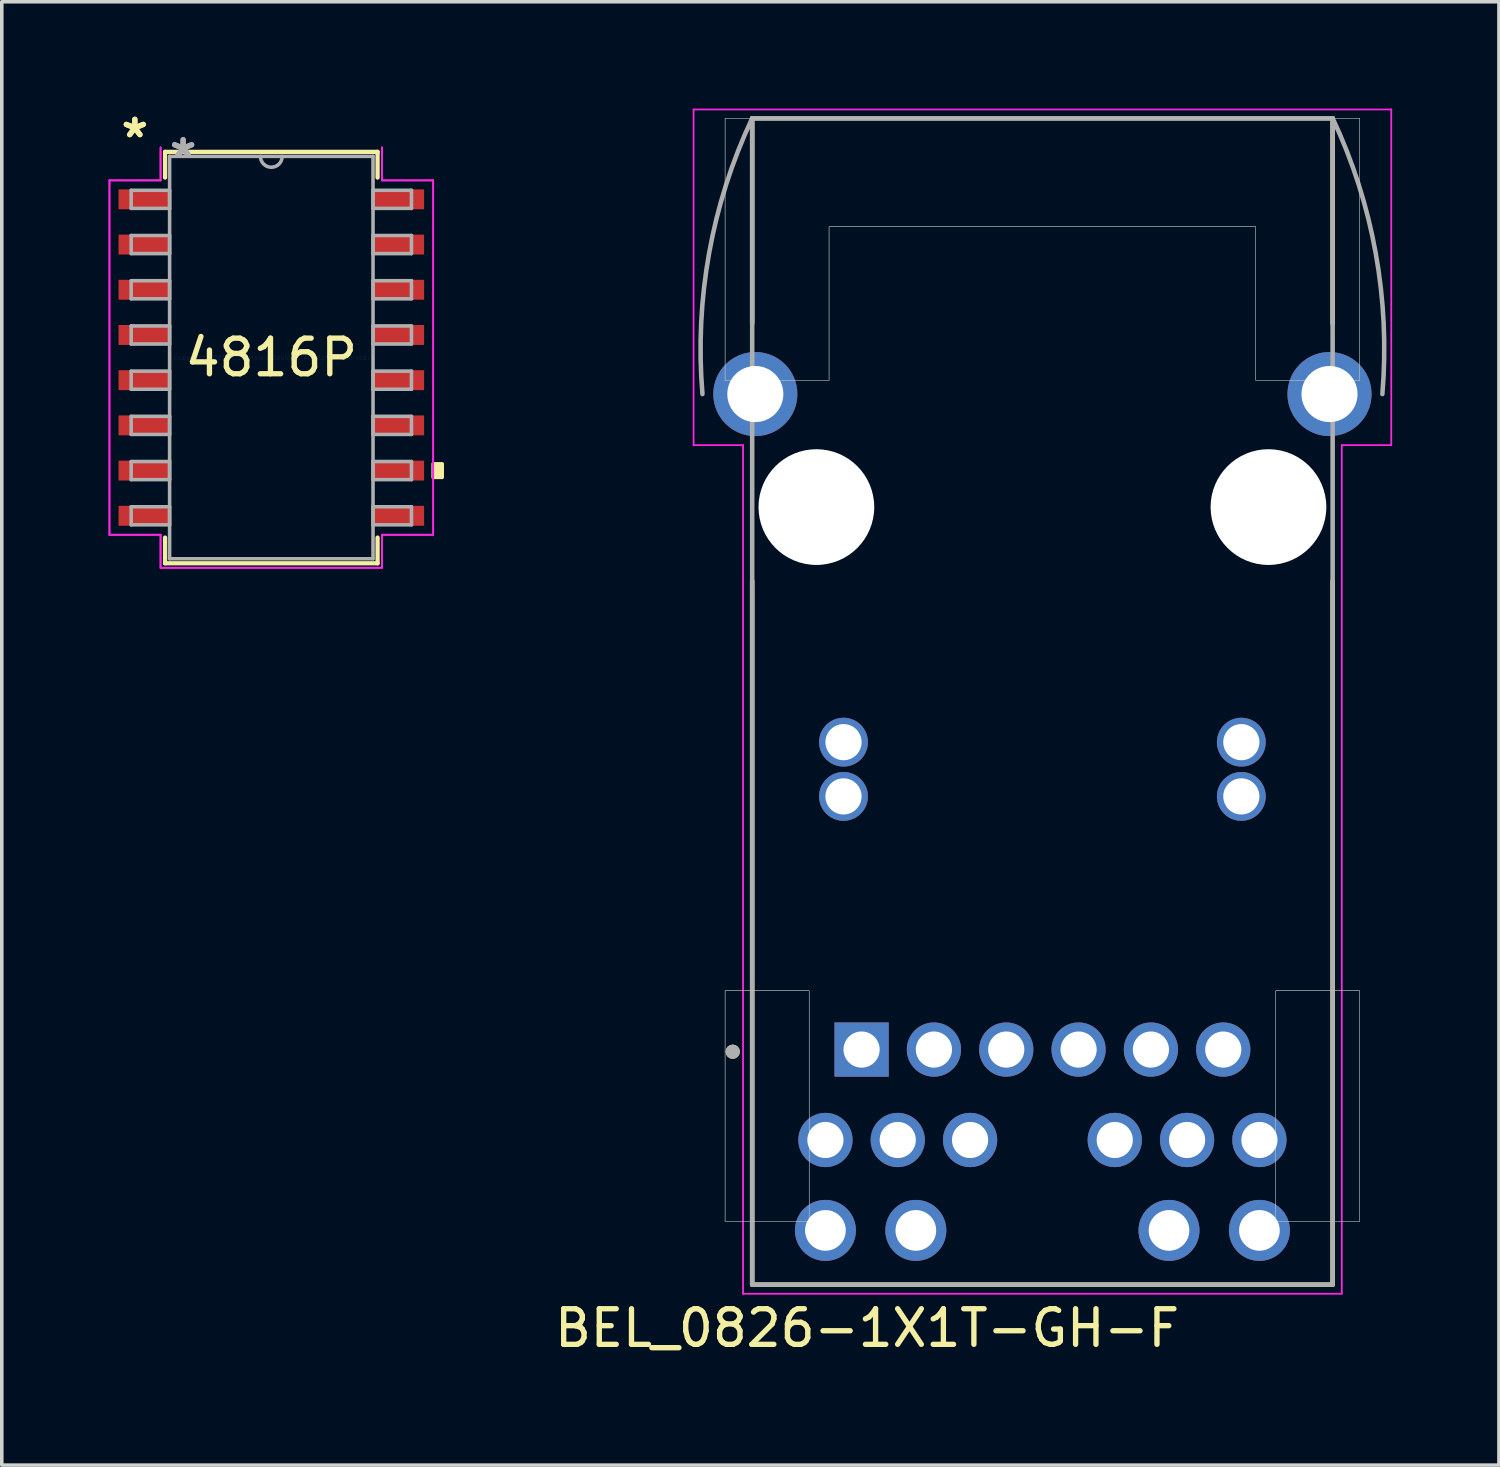
<source format=kicad_pcb>
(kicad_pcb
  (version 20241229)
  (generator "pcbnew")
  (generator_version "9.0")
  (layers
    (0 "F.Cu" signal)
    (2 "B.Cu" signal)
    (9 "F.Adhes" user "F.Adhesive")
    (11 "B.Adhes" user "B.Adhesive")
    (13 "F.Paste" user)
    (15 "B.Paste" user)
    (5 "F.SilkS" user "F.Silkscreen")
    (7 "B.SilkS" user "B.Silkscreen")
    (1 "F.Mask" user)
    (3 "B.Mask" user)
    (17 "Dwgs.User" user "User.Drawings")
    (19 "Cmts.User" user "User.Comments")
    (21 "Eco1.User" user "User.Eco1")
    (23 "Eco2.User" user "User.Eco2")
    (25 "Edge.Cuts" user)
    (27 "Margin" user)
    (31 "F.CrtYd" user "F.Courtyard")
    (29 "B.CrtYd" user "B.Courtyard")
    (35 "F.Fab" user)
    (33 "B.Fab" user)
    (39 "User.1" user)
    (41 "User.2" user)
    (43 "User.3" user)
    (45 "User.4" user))
  (footprint "BEL_0826-1X1T-GH-F"
    (layer "F.Cu")
    (at 26.234 11.195)
    (property "Reference" "BEL_0826-1X1T-GH-F" (at -4.925 23.065 0) (layer "F.SilkS") (effects (font (size 1 1) (thickness 0.15))))
    (attr through_hole)
    (fp_line (start -8.153 -5.156) (end -8.153 -10.922) (stroke (width 0.127) (type solid)) (layer "F.SilkS"))
    (fp_line (start -8.153 21.844) (end -8.153 2.078) (stroke (width 0.127) (type solid)) (layer "F.SilkS"))
    (fp_line (start -8.153 21.844) (end 8.153 21.844) (stroke (width 0.127) (type solid)) (layer "F.SilkS"))
    (fp_line (start 8.153 -10.922) (end -8.153 -10.922) (stroke (width 0.127) (type solid)) (layer "F.SilkS"))
    (fp_line (start 8.153 -5.156) (end 8.153 -10.922) (stroke (width 0.127) (type solid)) (layer "F.SilkS"))
    (fp_line (start 8.153 21.844) (end 8.153 2.078) (stroke (width 0.127) (type solid)) (layer "F.SilkS"))
    (fp_circle (center -8.7 15.3) (end -8.6 15.3) (stroke (width 0.2) (type solid)) (fill no) (layer "F.SilkS"))
    (fp_poly (pts (xy -8.915 13.589) (xy -6.553 13.589) (xy -6.553 20.066) (xy -8.915 20.066)) (stroke (width 0.01) (type solid)) (fill no) (layer "Dwgs.User"))
    (fp_poly (pts (xy -8.915 13.589) (xy -6.553 13.589) (xy -6.553 20.066) (xy -8.915 20.066)) (stroke (width 0.01) (type solid)) (fill no) (layer "Dwgs.User"))
    (fp_poly (pts (xy 6.553 13.589) (xy 8.915 13.589) (xy 8.915 20.066) (xy 6.553 20.066)) (stroke (width 0.01) (type solid)) (fill no) (layer "Dwgs.User"))
    (fp_poly (pts (xy 6.553 13.589) (xy 8.915 13.589) (xy 8.915 20.066) (xy 6.553 20.066)) (stroke (width 0.01) (type solid)) (fill no) (layer "Dwgs.User"))
    (fp_poly (pts (xy -8.915 -3.556) (xy -5.994 -3.556) (xy -5.994 -7.874) (xy 5.994 -7.874) (xy 5.994 -3.556) (xy 8.915 -3.556) (xy 8.915 -10.922) (xy -8.915 -10.922)) (stroke (width 0.01) (type solid)) (fill no) (layer "Dwgs.User"))
    (fp_poly (pts (xy -8.915 -3.556) (xy -5.994 -3.556) (xy -5.994 -7.874) (xy 5.994 -7.874) (xy 5.994 -3.556) (xy 8.915 -3.556) (xy 8.915 -10.922) (xy -8.915 -10.922)) (stroke (width 0.01) (type solid)) (fill no) (layer "Dwgs.User"))
    (fp_line (start -9.8 -11.17) (end 9.8 -11.17) (stroke (width 0.05) (type solid)) (layer "F.CrtYd"))
    (fp_line (start -9.8 -1.74) (end -9.8 -11.17) (stroke (width 0.05) (type solid)) (layer "F.CrtYd"))
    (fp_line (start -8.41 -1.74) (end -9.8 -1.74) (stroke (width 0.05) (type solid)) (layer "F.CrtYd"))
    (fp_line (start -8.41 22.1) (end -8.41 -1.74) (stroke (width 0.05) (type solid)) (layer "F.CrtYd"))
    (fp_line (start 8.41 -1.74) (end 8.41 22.1) (stroke (width 0.05) (type solid)) (layer "F.CrtYd"))
    (fp_line (start 8.41 22.1) (end -8.41 22.1) (stroke (width 0.05) (type solid)) (layer "F.CrtYd"))
    (fp_line (start 9.8 -11.17) (end 9.8 -1.74) (stroke (width 0.05) (type solid)) (layer "F.CrtYd"))
    (fp_line (start 9.8 -1.74) (end 8.41 -1.74) (stroke (width 0.05) (type solid)) (layer "F.CrtYd"))
    (fp_line (start -8.153 -10.922) (end -8.153 21.844) (stroke (width 0.127) (type solid)) (layer "F.Fab"))
    (fp_line (start -8.153 21.844) (end 8.153 21.844) (stroke (width 0.127) (type solid)) (layer "F.Fab"))
    (fp_line (start 8.153 -10.922) (end -8.153 -10.922) (stroke (width 0.127) (type solid)) (layer "F.Fab"))
    (fp_line (start 8.153 21.844) (end 8.153 -10.922) (stroke (width 0.127) (type solid)) (layer "F.Fab"))
    (fp_arc (start -9.5504 -3.175) (mid -9.361856 -7.140459) (end -8.1534 -10.922) (stroke (width 0.127) (type solid)) (layer "F.Fab"))
    (fp_arc (start 8.1534 -10.922) (mid 9.361856 -7.140459) (end 9.5504 -3.175) (stroke (width 0.127) (type solid)) (layer "F.Fab"))
    (fp_circle (center -8.7 15.3) (end -8.6 15.3) (stroke (width 0.2) (type solid)) (fill no) (layer "F.Fab"))
    (pad "" np_thru_hole circle (at -6.35 0) (size 3.251 3.251) (drill 3.251) (layers "*.Cu" "*.Mask"))
    (pad "" np_thru_hole circle (at 6.35 0) (size 3.251 3.251) (drill 3.251) (layers "*.Cu" "*.Mask"))
    (pad "1" thru_hole rect (at -5.08 15.24) (size 1.524 1.524) (drill 1.016) (layers "*.Cu" "*.Mask"))
    (pad "2" thru_hole circle (at -3.048 15.24) (size 1.524 1.524) (drill 1.016) (layers "*.Cu" "*.Mask"))
    (pad "3" thru_hole circle (at -1.016 15.24) (size 1.524 1.524) (drill 1.016) (layers "*.Cu" "*.Mask"))
    (pad "4" thru_hole circle (at 1.016 15.24) (size 1.524 1.524) (drill 1.016) (layers "*.Cu" "*.Mask"))
    (pad "5" thru_hole circle (at 3.048 15.24) (size 1.524 1.524) (drill 1.016) (layers "*.Cu" "*.Mask"))
    (pad "6" thru_hole circle (at 5.08 15.24) (size 1.524 1.524) (drill 1.016) (layers "*.Cu" "*.Mask"))
    (pad "7" thru_hole circle (at -6.096 17.78) (size 1.524 1.524) (drill 1.016) (layers "*.Cu" "*.Mask"))
    (pad "8" thru_hole circle (at -4.064 17.78) (size 1.524 1.524) (drill 1.016) (layers "*.Cu" "*.Mask"))
    (pad "9" thru_hole circle (at -2.032 17.78) (size 1.524 1.524) (drill 1.016) (layers "*.Cu" "*.Mask"))
    (pad "10" thru_hole circle (at 2.032 17.78) (size 1.524 1.524) (drill 1.016) (layers "*.Cu" "*.Mask"))
    (pad "11" thru_hole circle (at 4.064 17.78) (size 1.524 1.524) (drill 1.016) (layers "*.Cu" "*.Mask"))
    (pad "12" thru_hole circle (at 6.096 17.78) (size 1.524 1.524) (drill 1.016) (layers "*.Cu" "*.Mask"))
    (pad "13" thru_hole circle (at -5.588 8.128) (size 1.372 1.372) (drill 1.016) (layers "*.Cu" "*.Mask"))
    (pad "14" thru_hole circle (at 5.588 8.128) (size 1.372 1.372) (drill 1.016) (layers "*.Cu" "*.Mask"))
    (pad "15" thru_hole circle (at -5.588 6.604) (size 1.372 1.372) (drill 1.016) (layers "*.Cu" "*.Mask"))
    (pad "16" thru_hole circle (at 5.588 6.604) (size 1.372 1.372) (drill 1.016) (layers "*.Cu" "*.Mask"))
    (pad "17" thru_hole circle (at -6.096 20.32) (size 1.714 1.714) (drill 1.143) (layers "*.Cu" "*.Mask"))
    (pad "18" thru_hole circle (at -3.556 20.32) (size 1.714 1.714) (drill 1.143) (layers "*.Cu" "*.Mask"))
    (pad "19" thru_hole circle (at 3.556 20.32) (size 1.714 1.714) (drill 1.143) (layers "*.Cu" "*.Mask"))
    (pad "20" thru_hole circle (at 6.096 20.32) (size 1.714 1.714) (drill 1.143) (layers "*.Cu" "*.Mask"))
    (pad "S1" thru_hole circle (at -8.065 -3.175) (size 2.362 2.362) (drill 1.575) (layers "*.Cu" "*.Mask"))
    (pad "S2" thru_hole circle (at 8.065 -3.175) (size 2.362 2.362) (drill 1.575) (layers "*.Cu" "*.Mask")))
  (footprint "4816P"
    (layer "F.Cu")
    (at 4.572 6.995)
    (property "Reference" "4816P" (at 0 0 0) (layer "F.SilkS") (effects (font (size 1 1) (thickness 0.15))))
    (attr through_hole)
    (fp_line (start -2.985 -5.779) (end -2.985 -5.057) (stroke (width 0.12) (type solid)) (layer "F.SilkS"))
    (fp_line (start -2.985 5.057) (end -2.985 5.779) (stroke (width 0.12) (type solid)) (layer "F.SilkS"))
    (fp_line (start -2.985 5.779) (end 2.985 5.779) (stroke (width 0.12) (type solid)) (layer "F.SilkS"))
    (fp_line (start 2.985 -5.779) (end -2.985 -5.779) (stroke (width 0.12) (type solid)) (layer "F.SilkS"))
    (fp_line (start 2.985 -5.057) (end 2.985 -5.779) (stroke (width 0.12) (type solid)) (layer "F.SilkS"))
    (fp_line (start 2.985 5.779) (end 2.985 5.057) (stroke (width 0.12) (type solid)) (layer "F.SilkS"))
    (fp_poly (pts (xy 4.801 2.985) (xy 4.801 3.365) (xy 4.547 3.365) (xy 4.547 2.985)) (stroke (width 0.1) (type solid)) (fill yes) (layer "F.SilkS"))
    (fp_line (start -4.547 -4.978) (end -3.111 -4.978) (stroke (width 0.05) (type solid)) (layer "F.CrtYd"))
    (fp_line (start -4.547 -4.978) (end -3.111 -4.978) (stroke (width 0.05) (type solid)) (layer "F.CrtYd"))
    (fp_line (start -4.547 4.978) (end -4.547 -4.978) (stroke (width 0.05) (type solid)) (layer "F.CrtYd"))
    (fp_line (start -4.547 4.978) (end -4.547 -4.978) (stroke (width 0.05) (type solid)) (layer "F.CrtYd"))
    (fp_line (start -4.547 4.978) (end -3.111 4.978) (stroke (width 0.05) (type solid)) (layer "F.CrtYd"))
    (fp_line (start -3.111 -4.978) (end -3.111 -5.905) (stroke (width 0.05) (type solid)) (layer "F.CrtYd"))
    (fp_line (start -3.111 -4.978) (end -3.111 -5.905) (stroke (width 0.05) (type solid)) (layer "F.CrtYd"))
    (fp_line (start -3.111 4.978) (end -4.547 4.978) (stroke (width 0.05) (type solid)) (layer "F.CrtYd"))
    (fp_line (start -3.111 5.905) (end -3.111 4.978) (stroke (width 0.05) (type solid)) (layer "F.CrtYd"))
    (fp_line (start -3.111 5.905) (end -3.111 4.978) (stroke (width 0.05) (type solid)) (layer "F.CrtYd"))
    (fp_line (start 3.111 -5.905) (end 3.111 -4.978) (stroke (width 0.05) (type solid)) (layer "F.CrtYd"))
    (fp_line (start 3.111 -5.905) (end 3.111 -4.978) (stroke (width 0.05) (type solid)) (layer "F.CrtYd"))
    (fp_line (start 3.111 -4.978) (end 4.547 -4.978) (stroke (width 0.05) (type solid)) (layer "F.CrtYd"))
    (fp_line (start 3.111 4.978) (end 3.111 5.905) (stroke (width 0.05) (type solid)) (layer "F.CrtYd"))
    (fp_line (start 3.111 4.978) (end 3.111 5.905) (stroke (width 0.05) (type solid)) (layer "F.CrtYd"))
    (fp_line (start 3.111 5.905) (end -3.111 5.905) (stroke (width 0.05) (type solid)) (layer "F.CrtYd"))
    (fp_line (start 3.111 5.905) (end -3.111 5.905) (stroke (width 0.05) (type solid)) (layer "F.CrtYd"))
    (fp_line (start 4.547 -4.978) (end 3.111 -4.978) (stroke (width 0.05) (type solid)) (layer "F.CrtYd"))
    (fp_line (start 4.547 -4.978) (end 4.547 4.978) (stroke (width 0.05) (type solid)) (layer "F.CrtYd"))
    (fp_line (start 4.547 -4.978) (end 4.547 4.978) (stroke (width 0.05) (type solid)) (layer "F.CrtYd"))
    (fp_line (start 4.547 4.978) (end 3.111 4.978) (stroke (width 0.05) (type solid)) (layer "F.CrtYd"))
    (fp_line (start 4.547 4.978) (end 3.111 4.978) (stroke (width 0.05) (type solid)) (layer "F.CrtYd"))
    (fp_line (start -3.937 -4.699) (end -3.937 -4.191) (stroke (width 0.1) (type solid)) (layer "F.Fab"))
    (fp_line (start -3.937 -4.191) (end -2.857 -4.191) (stroke (width 0.1) (type solid)) (layer "F.Fab"))
    (fp_line (start -3.937 -3.429) (end -3.937 -2.921) (stroke (width 0.1) (type solid)) (layer "F.Fab"))
    (fp_line (start -3.937 -2.921) (end -2.857 -2.921) (stroke (width 0.1) (type solid)) (layer "F.Fab"))
    (fp_line (start -3.937 -2.159) (end -3.937 -1.651) (stroke (width 0.1) (type solid)) (layer "F.Fab"))
    (fp_line (start -3.937 -1.651) (end -2.857 -1.651) (stroke (width 0.1) (type solid)) (layer "F.Fab"))
    (fp_line (start -3.937 -0.889) (end -3.937 -0.381) (stroke (width 0.1) (type solid)) (layer "F.Fab"))
    (fp_line (start -3.937 -0.381) (end -2.857 -0.381) (stroke (width 0.1) (type solid)) (layer "F.Fab"))
    (fp_line (start -3.937 0.381) (end -3.937 0.889) (stroke (width 0.1) (type solid)) (layer "F.Fab"))
    (fp_line (start -3.937 0.889) (end -2.857 0.889) (stroke (width 0.1) (type solid)) (layer "F.Fab"))
    (fp_line (start -3.937 1.651) (end -3.937 2.159) (stroke (width 0.1) (type solid)) (layer "F.Fab"))
    (fp_line (start -3.937 2.159) (end -2.857 2.159) (stroke (width 0.1) (type solid)) (layer "F.Fab"))
    (fp_line (start -3.937 2.921) (end -3.937 3.429) (stroke (width 0.1) (type solid)) (layer "F.Fab"))
    (fp_line (start -3.937 3.429) (end -2.857 3.429) (stroke (width 0.1) (type solid)) (layer "F.Fab"))
    (fp_line (start -3.937 4.191) (end -3.937 4.699) (stroke (width 0.1) (type solid)) (layer "F.Fab"))
    (fp_line (start -3.937 4.699) (end -2.857 4.699) (stroke (width 0.1) (type solid)) (layer "F.Fab"))
    (fp_line (start -2.857 -5.652) (end -2.857 5.652) (stroke (width 0.1) (type solid)) (layer "F.Fab"))
    (fp_line (start -2.857 -4.699) (end -3.937 -4.699) (stroke (width 0.1) (type solid)) (layer "F.Fab"))
    (fp_line (start -2.857 -4.191) (end -2.857 -4.699) (stroke (width 0.1) (type solid)) (layer "F.Fab"))
    (fp_line (start -2.857 -3.429) (end -3.937 -3.429) (stroke (width 0.1) (type solid)) (layer "F.Fab"))
    (fp_line (start -2.857 -2.921) (end -2.857 -3.429) (stroke (width 0.1) (type solid)) (layer "F.Fab"))
    (fp_line (start -2.857 -2.159) (end -3.937 -2.159) (stroke (width 0.1) (type solid)) (layer "F.Fab"))
    (fp_line (start -2.857 -1.651) (end -2.857 -2.159) (stroke (width 0.1) (type solid)) (layer "F.Fab"))
    (fp_line (start -2.857 -0.889) (end -3.937 -0.889) (stroke (width 0.1) (type solid)) (layer "F.Fab"))
    (fp_line (start -2.857 -0.381) (end -2.857 -0.889) (stroke (width 0.1) (type solid)) (layer "F.Fab"))
    (fp_line (start -2.857 0.381) (end -3.937 0.381) (stroke (width 0.1) (type solid)) (layer "F.Fab"))
    (fp_line (start -2.857 0.889) (end -2.857 0.381) (stroke (width 0.1) (type solid)) (layer "F.Fab"))
    (fp_line (start -2.857 1.651) (end -3.937 1.651) (stroke (width 0.1) (type solid)) (layer "F.Fab"))
    (fp_line (start -2.857 2.159) (end -2.857 1.651) (stroke (width 0.1) (type solid)) (layer "F.Fab"))
    (fp_line (start -2.857 2.921) (end -3.937 2.921) (stroke (width 0.1) (type solid)) (layer "F.Fab"))
    (fp_line (start -2.857 3.429) (end -2.857 2.921) (stroke (width 0.1) (type solid)) (layer "F.Fab"))
    (fp_line (start -2.857 4.191) (end -3.937 4.191) (stroke (width 0.1) (type solid)) (layer "F.Fab"))
    (fp_line (start -2.857 4.699) (end -2.857 4.191) (stroke (width 0.1) (type solid)) (layer "F.Fab"))
    (fp_line (start -2.857 5.652) (end 2.857 5.652) (stroke (width 0.1) (type solid)) (layer "F.Fab"))
    (fp_line (start 2.857 -5.652) (end -2.857 -5.652) (stroke (width 0.1) (type solid)) (layer "F.Fab"))
    (fp_line (start 2.857 -4.699) (end 2.857 -4.191) (stroke (width 0.1) (type solid)) (layer "F.Fab"))
    (fp_line (start 2.857 -4.191) (end 3.937 -4.191) (stroke (width 0.1) (type solid)) (layer "F.Fab"))
    (fp_line (start 2.857 -3.429) (end 2.857 -2.921) (stroke (width 0.1) (type solid)) (layer "F.Fab"))
    (fp_line (start 2.857 -2.921) (end 3.937 -2.921) (stroke (width 0.1) (type solid)) (layer "F.Fab"))
    (fp_line (start 2.857 -2.159) (end 2.857 -1.651) (stroke (width 0.1) (type solid)) (layer "F.Fab"))
    (fp_line (start 2.857 -1.651) (end 3.937 -1.651) (stroke (width 0.1) (type solid)) (layer "F.Fab"))
    (fp_line (start 2.857 -0.889) (end 2.857 -0.381) (stroke (width 0.1) (type solid)) (layer "F.Fab"))
    (fp_line (start 2.857 -0.381) (end 3.937 -0.381) (stroke (width 0.1) (type solid)) (layer "F.Fab"))
    (fp_line (start 2.857 0.381) (end 2.857 0.889) (stroke (width 0.1) (type solid)) (layer "F.Fab"))
    (fp_line (start 2.857 0.889) (end 3.937 0.889) (stroke (width 0.1) (type solid)) (layer "F.Fab"))
    (fp_line (start 2.857 1.651) (end 2.857 2.159) (stroke (width 0.1) (type solid)) (layer "F.Fab"))
    (fp_line (start 2.857 2.159) (end 3.937 2.159) (stroke (width 0.1) (type solid)) (layer "F.Fab"))
    (fp_line (start 2.857 2.921) (end 2.857 3.429) (stroke (width 0.1) (type solid)) (layer "F.Fab"))
    (fp_line (start 2.857 3.429) (end 3.937 3.429) (stroke (width 0.1) (type solid)) (layer "F.Fab"))
    (fp_line (start 2.857 4.191) (end 2.857 4.699) (stroke (width 0.1) (type solid)) (layer "F.Fab"))
    (fp_line (start 2.857 4.699) (end 3.937 4.699) (stroke (width 0.1) (type solid)) (layer "F.Fab"))
    (fp_line (start 2.857 5.652) (end 2.857 -5.652) (stroke (width 0.1) (type solid)) (layer "F.Fab"))
    (fp_line (start 3.937 -4.699) (end 2.857 -4.699) (stroke (width 0.1) (type solid)) (layer "F.Fab"))
    (fp_line (start 3.937 -4.191) (end 3.937 -4.699) (stroke (width 0.1) (type solid)) (layer "F.Fab"))
    (fp_line (start 3.937 -3.429) (end 2.857 -3.429) (stroke (width 0.1) (type solid)) (layer "F.Fab"))
    (fp_line (start 3.937 -2.921) (end 3.937 -3.429) (stroke (width 0.1) (type solid)) (layer "F.Fab"))
    (fp_line (start 3.937 -2.159) (end 2.857 -2.159) (stroke (width 0.1) (type solid)) (layer "F.Fab"))
    (fp_line (start 3.937 -1.651) (end 3.937 -2.159) (stroke (width 0.1) (type solid)) (layer "F.Fab"))
    (fp_line (start 3.937 -0.889) (end 2.857 -0.889) (stroke (width 0.1) (type solid)) (layer "F.Fab"))
    (fp_line (start 3.937 -0.381) (end 3.937 -0.889) (stroke (width 0.1) (type solid)) (layer "F.Fab"))
    (fp_line (start 3.937 0.381) (end 2.857 0.381) (stroke (width 0.1) (type solid)) (layer "F.Fab"))
    (fp_line (start 3.937 0.889) (end 3.937 0.381) (stroke (width 0.1) (type solid)) (layer "F.Fab"))
    (fp_line (start 3.937 1.651) (end 2.857 1.651) (stroke (width 0.1) (type solid)) (layer "F.Fab"))
    (fp_line (start 3.937 2.159) (end 3.937 1.651) (stroke (width 0.1) (type solid)) (layer "F.Fab"))
    (fp_line (start 3.937 2.921) (end 2.857 2.921) (stroke (width 0.1) (type solid)) (layer "F.Fab"))
    (fp_line (start 3.937 3.429) (end 3.937 2.921) (stroke (width 0.1) (type solid)) (layer "F.Fab"))
    (fp_line (start 3.937 4.191) (end 2.857 4.191) (stroke (width 0.1) (type solid)) (layer "F.Fab"))
    (fp_line (start 3.937 4.699) (end 3.937 4.191) (stroke (width 0.1) (type solid)) (layer "F.Fab"))
    (fp_arc (start 0.3048 -5.6515) (mid 0 -5.3467) (end -0.3048 -5.6515) (stroke (width 0.1) (type solid)) (layer "F.Fab"))
    (fp_text user "*" (at -3.835 -6.147 0) (layer "F.SilkS") (effects (font (size 1 1) (thickness 0.15))))
    (fp_text user "*" (at -3.835 -6.147 0) (layer "F.SilkS") (effects (font (size 1 1) (thickness 0.15))))
    (fp_text user "Copyright 2021 Accelerated Designs. All rights reserved." (at 0 0 0) (layer "Cmts.User") (effects (font (size 0.127 0.127) (thickness 0.002))))
    (fp_text user "*" (at -2.477 -5.575 0) (layer "F.Fab") (effects (font (size 1 1) (thickness 0.15))))
    (fp_text user "*" (at -2.477 -5.575 0) (layer "F.Fab") (effects (font (size 1 1) (thickness 0.15))))
    (pad "1" smd rect (at -3.581 -4.445) (size 1.422 0.559) (layers "F.Cu" "F.Mask" "F.Paste"))
    (pad "2" smd rect (at -3.581 -3.175) (size 1.422 0.559) (layers "F.Cu" "F.Mask" "F.Paste"))
    (pad "3" smd rect (at -3.581 -1.905) (size 1.422 0.559) (layers "F.Cu" "F.Mask" "F.Paste"))
    (pad "4" smd rect (at -3.581 -0.635) (size 1.422 0.559) (layers "F.Cu" "F.Mask" "F.Paste"))
    (pad "5" smd rect (at -3.581 0.635) (size 1.422 0.559) (layers "F.Cu" "F.Mask" "F.Paste"))
    (pad "6" smd rect (at -3.581 1.905) (size 1.422 0.559) (layers "F.Cu" "F.Mask" "F.Paste"))
    (pad "7" smd rect (at -3.581 3.175) (size 1.422 0.559) (layers "F.Cu" "F.Mask" "F.Paste"))
    (pad "8" smd rect (at -3.581 4.445) (size 1.422 0.559) (layers "F.Cu" "F.Mask" "F.Paste"))
    (pad "9" smd rect (at 3.581 4.445) (size 1.422 0.559) (layers "F.Cu" "F.Mask" "F.Paste"))
    (pad "10" smd rect (at 3.581 3.175) (size 1.422 0.559) (layers "F.Cu" "F.Mask" "F.Paste"))
    (pad "11" smd rect (at 3.581 1.905) (size 1.422 0.559) (layers "F.Cu" "F.Mask" "F.Paste"))
    (pad "12" smd rect (at 3.581 0.635) (size 1.422 0.559) (layers "F.Cu" "F.Mask" "F.Paste"))
    (pad "13" smd rect (at 3.581 -0.635) (size 1.422 0.559) (layers "F.Cu" "F.Mask" "F.Paste"))
    (pad "14" smd rect (at 3.581 -1.905) (size 1.422 0.559) (layers "F.Cu" "F.Mask" "F.Paste"))
    (pad "15" smd rect (at 3.581 -3.175) (size 1.422 0.559) (layers "F.Cu" "F.Mask" "F.Paste"))
    (pad "16" smd rect (at 3.581 -4.445) (size 1.422 0.559) (layers "F.Cu" "F.Mask" "F.Paste")))
  (gr_rect
    (start -3 -3)
    (end 39.059 38.108)
    (stroke (width 0.1) (type default))
    (fill no)
    (layer "Edge.Cuts")))
</source>
